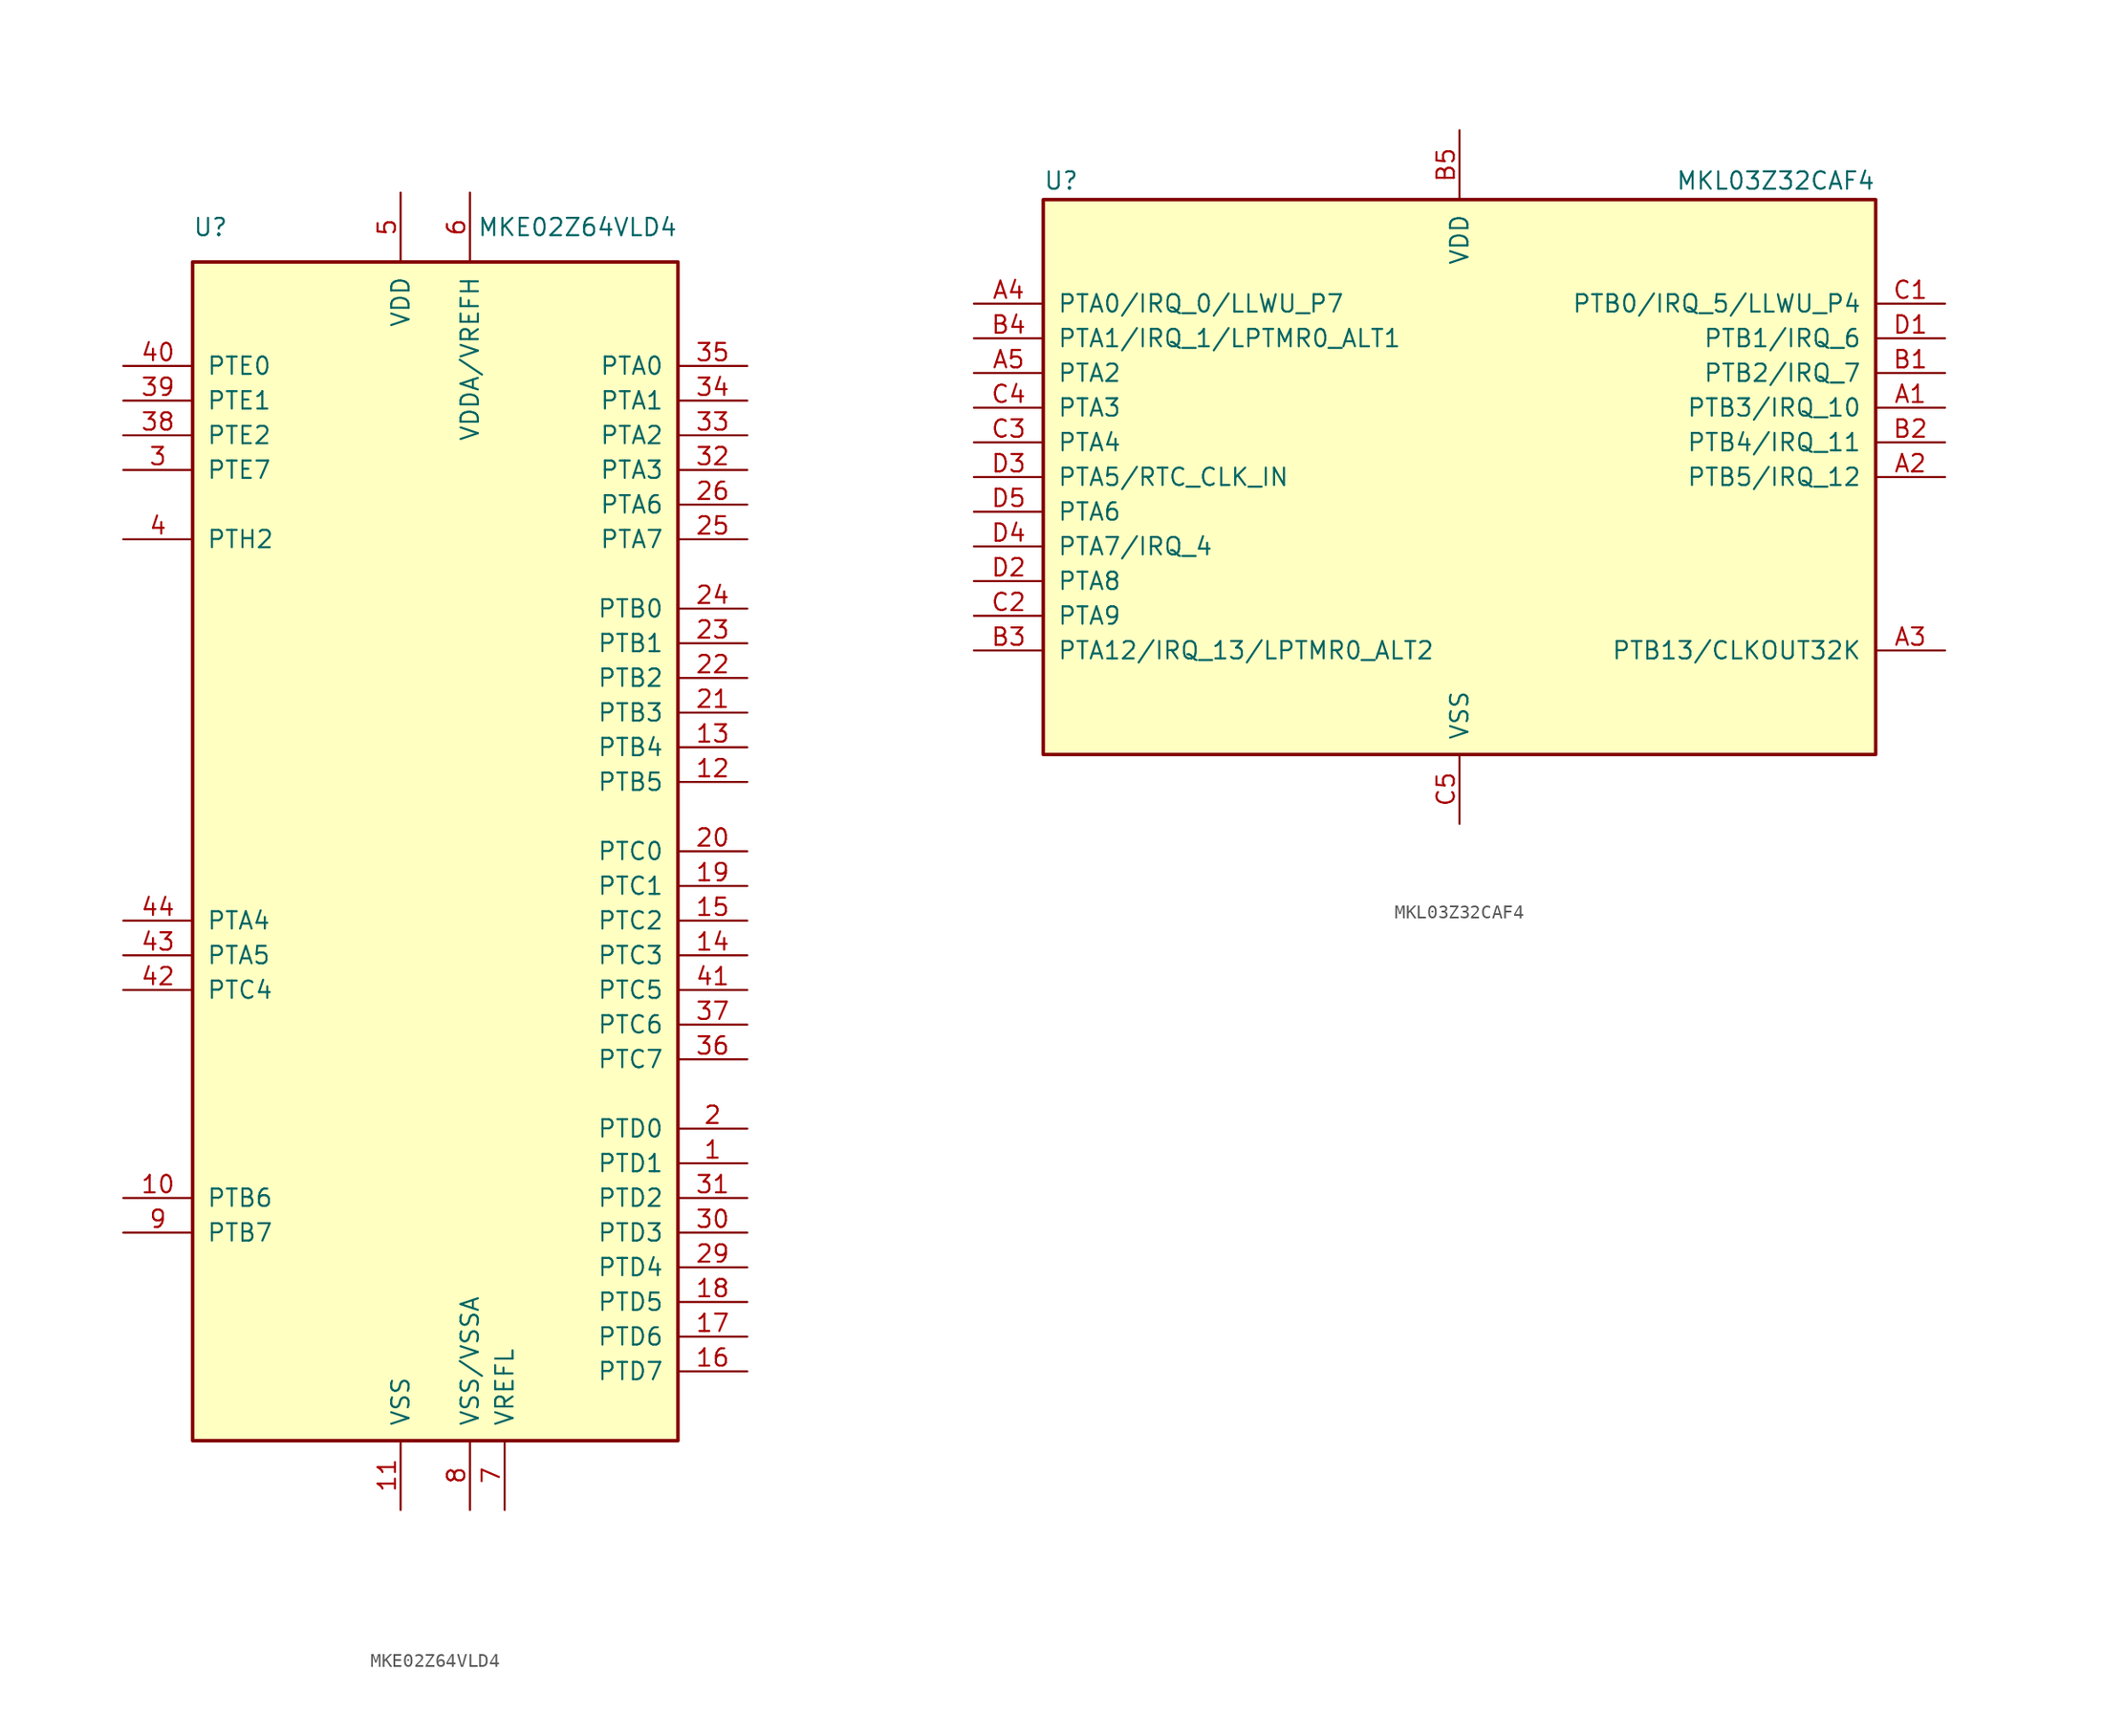
<source format=kicad_sym>
(kicad_symbol_lib
  (version 20211014)
  (generator kicad_symbol_editor)
  (symbol "MKE02Z64VLD4"
    (pin_names
      (offset 1.016))
    (property "Reference" "U"
      (at -17.78 45.72 0)
      (effects (font (size 1.27 1.27)) (justify left)))
    (property "Value" "MKE02Z64VLD4"
      (at 17.78 45.72 0)
      (effects (font (size 1.27 1.27)) (justify right)))
    (symbol "MKE02Z64VLD4_0_1"
      (rectangle (start -17.78 43.18) (end 17.78 -43.18) (stroke (width 0.254) (type default) (color 0 0 0 0)) (fill (type background))))
    (symbol "MKE02Z64VLD4_1_1"
      (pin bidirectional line (at 22.86 -22.86 180) (length 5.08) (name "PTD1" (effects (font (size 1.27 1.27)))) (number "1" (effects (font (size 1.27 1.27)))))
      (pin bidirectional line (at -22.86 -25.4 0) (length 5.08) (name "PTB6" (effects (font (size 1.27 1.27)))) (number "10" (effects (font (size 1.27 1.27)))))
      (pin power_in line (at -2.54 -48.26 90) (length 5.08) (name "VSS" (effects (font (size 1.27 1.27)))) (number "11" (effects (font (size 1.27 1.27)))))
      (pin bidirectional line (at 22.86 5.08 180) (length 5.08) (name "PTB5" (effects (font (size 1.27 1.27)))) (number "12" (effects (font (size 1.27 1.27)))))
      (pin bidirectional line (at 22.86 7.62 180) (length 5.08) (name "PTB4" (effects (font (size 1.27 1.27)))) (number "13" (effects (font (size 1.27 1.27)))))
      (pin bidirectional line (at 22.86 -7.62 180) (length 5.08) (name "PTC3" (effects (font (size 1.27 1.27)))) (number "14" (effects (font (size 1.27 1.27)))))
      (pin bidirectional line (at 22.86 -5.08 180) (length 5.08) (name "PTC2" (effects (font (size 1.27 1.27)))) (number "15" (effects (font (size 1.27 1.27)))))
      (pin bidirectional line (at 22.86 -38.1 180) (length 5.08) (name "PTD7" (effects (font (size 1.27 1.27)))) (number "16" (effects (font (size 1.27 1.27)))))
      (pin bidirectional line (at 22.86 -35.56 180) (length 5.08) (name "PTD6" (effects (font (size 1.27 1.27)))) (number "17" (effects (font (size 1.27 1.27)))))
      (pin bidirectional line (at 22.86 -33.02 180) (length 5.08) (name "PTD5" (effects (font (size 1.27 1.27)))) (number "18" (effects (font (size 1.27 1.27)))))
      (pin bidirectional line (at 22.86 -2.54 180) (length 5.08) (name "PTC1" (effects (font (size 1.27 1.27)))) (number "19" (effects (font (size 1.27 1.27)))))
      (pin bidirectional line (at 22.86 -20.32 180) (length 5.08) (name "PTD0" (effects (font (size 1.27 1.27)))) (number "2" (effects (font (size 1.27 1.27)))))
      (pin bidirectional line (at 22.86 0 180) (length 5.08) (name "PTC0" (effects (font (size 1.27 1.27)))) (number "20" (effects (font (size 1.27 1.27)))))
      (pin bidirectional line (at 22.86 10.16 180) (length 5.08) (name "PTB3" (effects (font (size 1.27 1.27)))) (number "21" (effects (font (size 1.27 1.27)))))
      (pin bidirectional line (at 22.86 12.7 180) (length 5.08) (name "PTB2" (effects (font (size 1.27 1.27)))) (number "22" (effects (font (size 1.27 1.27)))))
      (pin bidirectional line (at 22.86 15.24 180) (length 5.08) (name "PTB1" (effects (font (size 1.27 1.27)))) (number "23" (effects (font (size 1.27 1.27)))))
      (pin bidirectional line (at 22.86 17.78 180) (length 5.08) (name "PTB0" (effects (font (size 1.27 1.27)))) (number "24" (effects (font (size 1.27 1.27)))))
      (pin bidirectional line (at 22.86 22.86 180) (length 5.08) (name "PTA7" (effects (font (size 1.27 1.27)))) (number "25" (effects (font (size 1.27 1.27)))))
      (pin bidirectional line (at 22.86 25.4 180) (length 5.08) (name "PTA6" (effects (font (size 1.27 1.27)))) (number "26" (effects (font (size 1.27 1.27)))))
      (pin passive line (at -2.54 -48.26 90) (length 5.08) hide (name "VSS" (effects (font (size 1.27 1.27)))) (number "27" (effects (font (size 1.27 1.27)))))
      (pin passive line (at -2.54 48.26 270) (length 5.08) hide (name "VDD" (effects (font (size 1.27 1.27)))) (number "28" (effects (font (size 1.27 1.27)))))
      (pin bidirectional line (at 22.86 -30.48 180) (length 5.08) (name "PTD4" (effects (font (size 1.27 1.27)))) (number "29" (effects (font (size 1.27 1.27)))))
      (pin bidirectional line (at -22.86 27.94 0) (length 5.08) (name "PTE7" (effects (font (size 1.27 1.27)))) (number "3" (effects (font (size 1.27 1.27)))))
      (pin bidirectional line (at 22.86 -27.94 180) (length 5.08) (name "PTD3" (effects (font (size 1.27 1.27)))) (number "30" (effects (font (size 1.27 1.27)))))
      (pin bidirectional line (at 22.86 -25.4 180) (length 5.08) (name "PTD2" (effects (font (size 1.27 1.27)))) (number "31" (effects (font (size 1.27 1.27)))))
      (pin bidirectional line (at 22.86 27.94 180) (length 5.08) (name "PTA3" (effects (font (size 1.27 1.27)))) (number "32" (effects (font (size 1.27 1.27)))))
      (pin bidirectional line (at 22.86 30.48 180) (length 5.08) (name "PTA2" (effects (font (size 1.27 1.27)))) (number "33" (effects (font (size 1.27 1.27)))))
      (pin bidirectional line (at 22.86 33.02 180) (length 5.08) (name "PTA1" (effects (font (size 1.27 1.27)))) (number "34" (effects (font (size 1.27 1.27)))))
      (pin bidirectional line (at 22.86 35.56 180) (length 5.08) (name "PTA0" (effects (font (size 1.27 1.27)))) (number "35" (effects (font (size 1.27 1.27)))))
      (pin bidirectional line (at 22.86 -15.24 180) (length 5.08) (name "PTC7" (effects (font (size 1.27 1.27)))) (number "36" (effects (font (size 1.27 1.27)))))
      (pin bidirectional line (at 22.86 -12.7 180) (length 5.08) (name "PTC6" (effects (font (size 1.27 1.27)))) (number "37" (effects (font (size 1.27 1.27)))))
      (pin bidirectional line (at -22.86 30.48 0) (length 5.08) (name "PTE2" (effects (font (size 1.27 1.27)))) (number "38" (effects (font (size 1.27 1.27)))))
      (pin bidirectional line (at -22.86 33.02 0) (length 5.08) (name "PTE1" (effects (font (size 1.27 1.27)))) (number "39" (effects (font (size 1.27 1.27)))))
      (pin bidirectional line (at -22.86 22.86 0) (length 5.08) (name "PTH2" (effects (font (size 1.27 1.27)))) (number "4" (effects (font (size 1.27 1.27)))))
      (pin bidirectional line (at -22.86 35.56 0) (length 5.08) (name "PTE0" (effects (font (size 1.27 1.27)))) (number "40" (effects (font (size 1.27 1.27)))))
      (pin bidirectional line (at 22.86 -10.16 180) (length 5.08) (name "PTC5" (effects (font (size 1.27 1.27)))) (number "41" (effects (font (size 1.27 1.27)))))
      (pin bidirectional line (at -22.86 -10.16 0) (length 5.08) (name "PTC4" (effects (font (size 1.27 1.27)))) (number "42" (effects (font (size 1.27 1.27)))))
      (pin bidirectional line (at -22.86 -7.62 0) (length 5.08) (name "PTA5" (effects (font (size 1.27 1.27)))) (number "43" (effects (font (size 1.27 1.27)))))
      (pin bidirectional line (at -22.86 -5.08 0) (length 5.08) (name "PTA4" (effects (font (size 1.27 1.27)))) (number "44" (effects (font (size 1.27 1.27)))))
      (pin power_in line (at -2.54 48.26 270) (length 5.08) (name "VDD" (effects (font (size 1.27 1.27)))) (number "5" (effects (font (size 1.27 1.27)))))
      (pin power_in line (at 2.54 48.26 270) (length 5.08) (name "VDDA/VREFH" (effects (font (size 1.27 1.27)))) (number "6" (effects (font (size 1.27 1.27)))))
      (pin power_in line (at 5.08 -48.26 90) (length 5.08) (name "VREFL" (effects (font (size 1.27 1.27)))) (number "7" (effects (font (size 1.27 1.27)))))
      (pin power_in line (at 2.54 -48.26 90) (length 5.08) (name "VSS/VSSA" (effects (font (size 1.27 1.27)))) (number "8" (effects (font (size 1.27 1.27)))))
      (pin bidirectional line (at -22.86 -27.94 0) (length 5.08) (name "PTB7" (effects (font (size 1.27 1.27)))) (number "9" (effects (font (size 1.27 1.27)))))))
  (symbol "MKL03Z32CAF4"
    (pin_names
      (offset 1.016))
    (property "Reference" "U"
      (at -30.48 20.955 0)
      (effects (font (size 1.27 1.27)) (justify left bottom)))
    (property "Value" "MKL03Z32CAF4"
      (at 30.48 20.955 0)
      (effects (font (size 1.27 1.27)) (justify right bottom)))
    (symbol "MKL03Z32CAF4_0_1"
      (rectangle (start -30.48 20.32) (end 30.48 -20.32) (stroke (width 0.254) (type default) (color 0 0 0 0)) (fill (type background))))
    (symbol "MKL03Z32CAF4_1_1"
      (pin bidirectional line (at 35.56 5.08 180) (length 5.08) (name "PTB3/IRQ_10" (effects (font (size 1.27 1.27)))) (number "A1" (effects (font (size 1.27 1.27)))))
      (pin bidirectional line (at 35.56 0 180) (length 5.08) (name "PTB5/IRQ_12" (effects (font (size 1.27 1.27)))) (number "A2" (effects (font (size 1.27 1.27)))))
      (pin bidirectional line (at 35.56 -12.7 180) (length 5.08) (name "PTB13/CLKOUT32K" (effects (font (size 1.27 1.27)))) (number "A3" (effects (font (size 1.27 1.27)))))
      (pin bidirectional line (at -35.56 12.7 0) (length 5.08) (name "PTA0/IRQ_0/LLWU_P7" (effects (font (size 1.27 1.27)))) (number "A4" (effects (font (size 1.27 1.27)))))
      (pin bidirectional line (at -35.56 7.62 0) (length 5.08) (name "PTA2" (effects (font (size 1.27 1.27)))) (number "A5" (effects (font (size 1.27 1.27)))))
      (pin bidirectional line (at 35.56 7.62 180) (length 5.08) (name "PTB2/IRQ_7" (effects (font (size 1.27 1.27)))) (number "B1" (effects (font (size 1.27 1.27)))))
      (pin bidirectional line (at 35.56 2.54 180) (length 5.08) (name "PTB4/IRQ_11" (effects (font (size 1.27 1.27)))) (number "B2" (effects (font (size 1.27 1.27)))))
      (pin bidirectional line (at -35.56 -12.7 0) (length 5.08) (name "PTA12/IRQ_13/LPTMR0_ALT2" (effects (font (size 1.27 1.27)))) (number "B3" (effects (font (size 1.27 1.27)))))
      (pin bidirectional line (at -35.56 10.16 0) (length 5.08) (name "PTA1/IRQ_1/LPTMR0_ALT1" (effects (font (size 1.27 1.27)))) (number "B4" (effects (font (size 1.27 1.27)))))
      (pin power_in line (at 0 25.4 270) (length 5.08) (name "VDD" (effects (font (size 1.27 1.27)))) (number "B5" (effects (font (size 1.27 1.27)))))
      (pin bidirectional line (at 35.56 12.7 180) (length 5.08) (name "PTB0/IRQ_5/LLWU_P4" (effects (font (size 1.27 1.27)))) (number "C1" (effects (font (size 1.27 1.27)))))
      (pin bidirectional line (at -35.56 -10.16 0) (length 5.08) (name "PTA9" (effects (font (size 1.27 1.27)))) (number "C2" (effects (font (size 1.27 1.27)))))
      (pin bidirectional line (at -35.56 2.54 0) (length 5.08) (name "PTA4" (effects (font (size 1.27 1.27)))) (number "C3" (effects (font (size 1.27 1.27)))))
      (pin bidirectional line (at -35.56 5.08 0) (length 5.08) (name "PTA3" (effects (font (size 1.27 1.27)))) (number "C4" (effects (font (size 1.27 1.27)))))
      (pin power_in line (at 0 -25.4 90) (length 5.08) (name "VSS" (effects (font (size 1.27 1.27)))) (number "C5" (effects (font (size 1.27 1.27)))))
      (pin bidirectional line (at 35.56 10.16 180) (length 5.08) (name "PTB1/IRQ_6" (effects (font (size 1.27 1.27)))) (number "D1" (effects (font (size 1.27 1.27)))))
      (pin bidirectional line (at -35.56 -7.62 0) (length 5.08) (name "PTA8" (effects (font (size 1.27 1.27)))) (number "D2" (effects (font (size 1.27 1.27)))))
      (pin bidirectional line (at -35.56 0 0) (length 5.08) (name "PTA5/RTC_CLK_IN" (effects (font (size 1.27 1.27)))) (number "D3" (effects (font (size 1.27 1.27)))))
      (pin bidirectional line (at -35.56 -5.08 0) (length 5.08) (name "PTA7/IRQ_4" (effects (font (size 1.27 1.27)))) (number "D4" (effects (font (size 1.27 1.27)))))
      (pin bidirectional line (at -35.56 -2.54 0) (length 5.08) (name "PTA6" (effects (font (size 1.27 1.27)))) (number "D5" (effects (font (size 1.27 1.27))))))))
</source>
